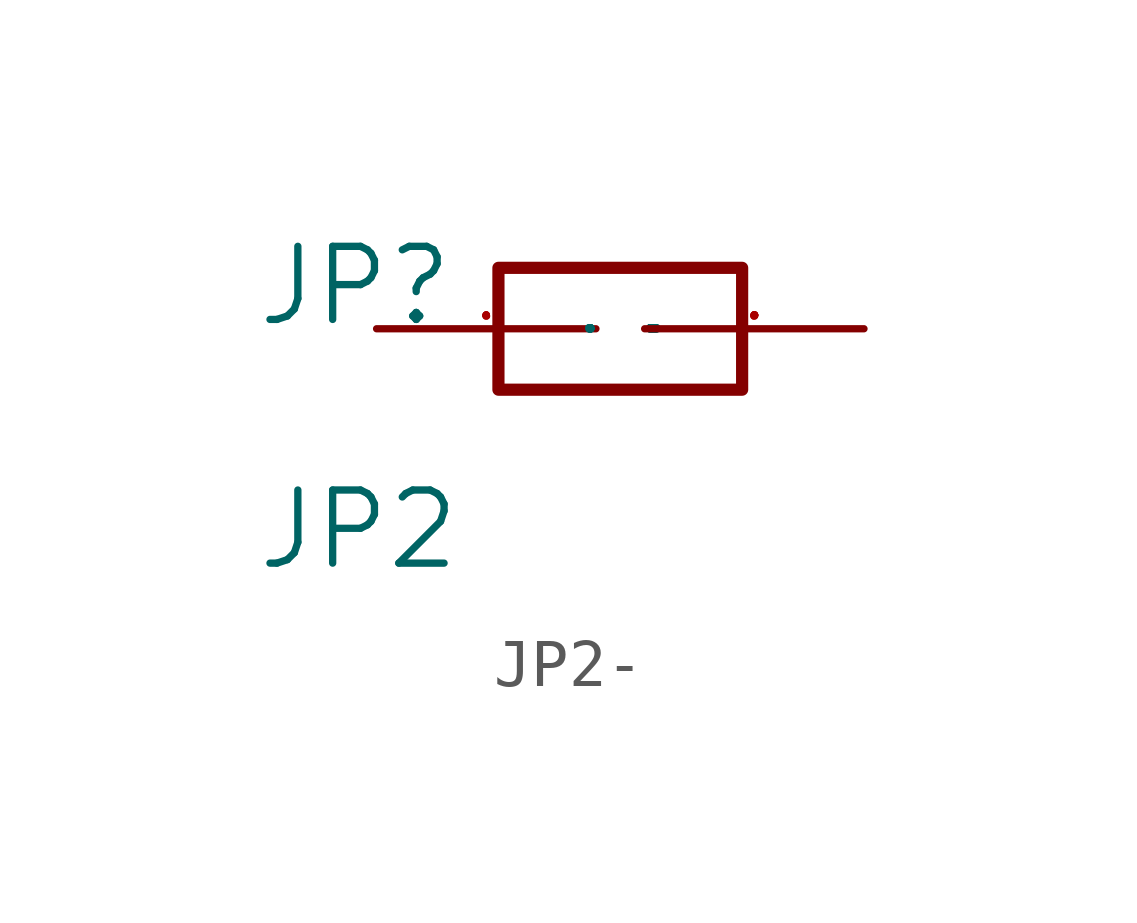
<source format=kicad_sym>
(kicad_symbol_lib
  (version 20220914)
  (generator kicad_symbol_editor)
  (symbol "JP2-"
    (pin_names
      (offset 1.016))
    (property "Reference" "JP"
      (at -7.62 0 0)
      (effects (font (size 1.524 1.524)) (justify left bottom)))
    (property "Value" "JP2"
      (at -7.62 -5.08 0)
      (effects (font (size 1.524 1.524)) (justify left bottom)))
    (property "Footprint" ""
      (at 0 0 0)
      (effects (font (size 1.524 1.524))))
    (property "Datasheet" ""
      (at 0 0 0)
      (effects (font (size 1.524 1.524))))
    (symbol "JP2-_0_1"
      (polyline (pts (xy -2.54 1.27) (xy 2.54 1.27) (xy 2.54 -1.27) (xy -2.54 -1.27) (xy -2.54 1.27)) (stroke (width 0.254) (type solid)) (fill (type none)))
      (pin passive line (at -5.08 0 0) (length 4.572) (name "COMMON" (effects (font (size 0.025 0.025)))) (number "1" (effects (font (size 0.025 0.025)))))
      (pin passive line (at 5.08 0 180) (length 4.572) (name "NO" (effects (font (size 0.025 0.025)))) (number "2" (effects (font (size 0.025 0.025))))))))
</source>
